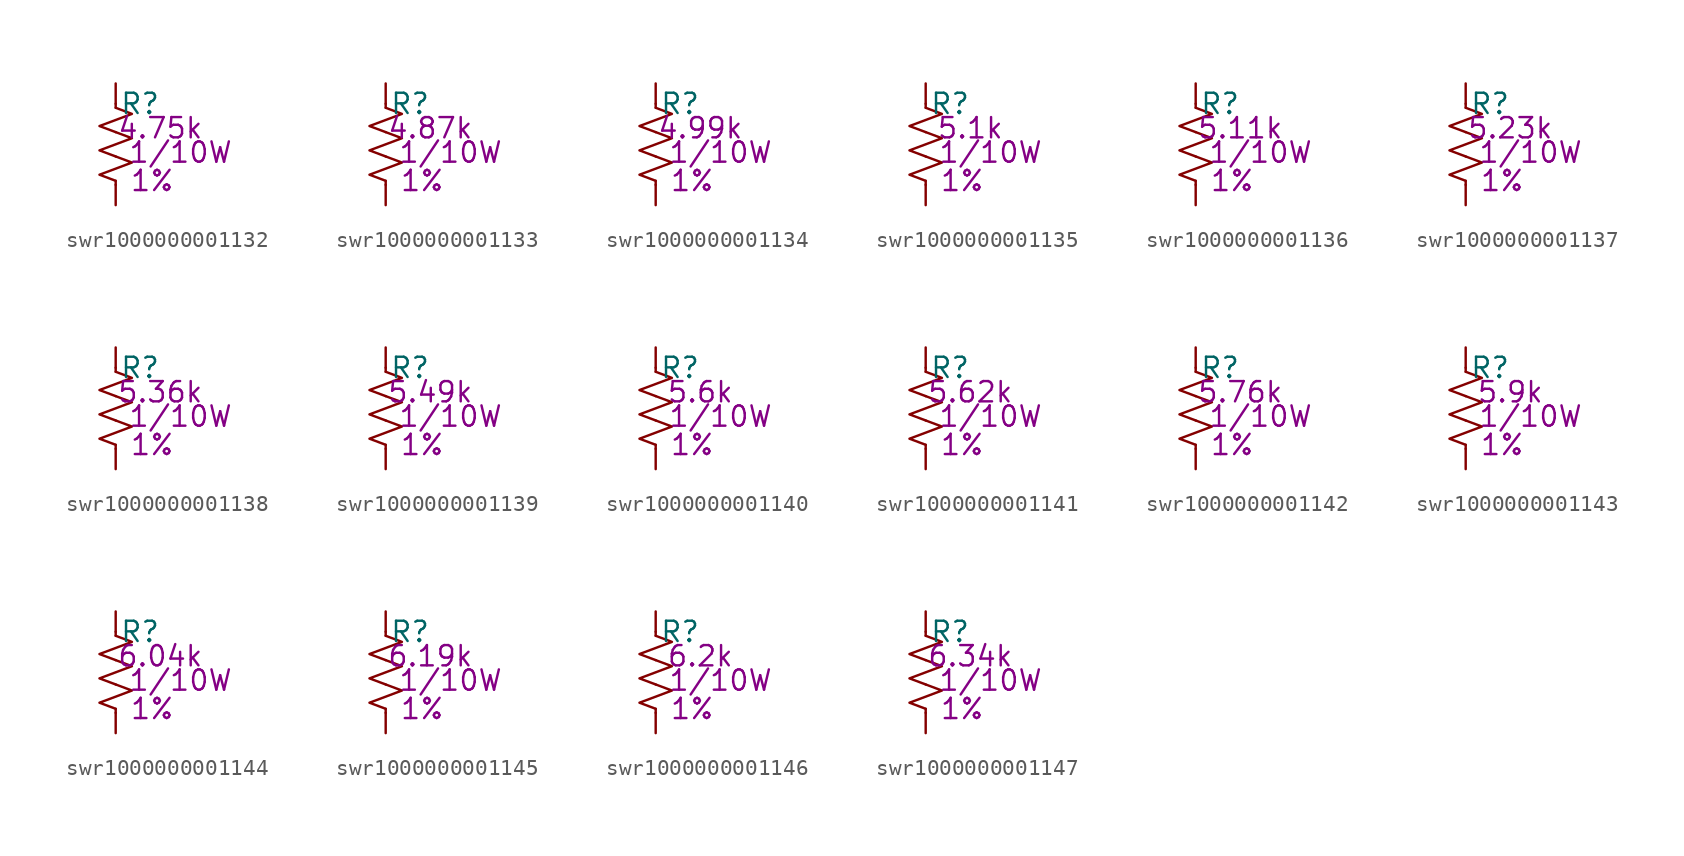
<source format=kicad_sym>
(kicad_symbol_lib
  (version 20211014)
  (generator kicad_symbol_editor)
  (symbol "swr1000000001132"
    (pin_numbers hide)
    (pin_names
      (offset 1.016))
    (property "Reference" "R"
      (at 1.524 2.54 0)
      (effects (font (size 1.27 1.27))))
    (property "Tolerance" "1%"
      (at 2.286 -2.286 0)
      (effects (font (size 1.27 1.27))))
    (property "Wattage" "1/10W"
      (at 4.064 -0.508 0)
      (effects (font (size 1.27 1.27))))
    (property "PartValue" "4.75k"
      (at 2.794 1.016 0)
      (effects (font (size 1.27 1.27))))
    (symbol "swr1000000001132_1_1"
      (polyline (pts (xy 0 -2.286) (xy 0 -2.54)) (stroke (width 0) (type default) (color 0 0 0 0)) (fill (type none)))
      (polyline (pts (xy 0 2.286) (xy 0 2.54)) (stroke (width 0) (type default) (color 0 0 0 0)) (fill (type none)))
      (polyline (pts (xy 0 -0.762) (xy 1.016 -1.143) (xy 0 -1.524) (xy -1.016 -1.905) (xy 0 -2.286)) (stroke (width 0) (type default) (color 0 0 0 0)) (fill (type none)))
      (polyline (pts (xy 0 0.762) (xy 1.016 0.381) (xy 0 0) (xy -1.016 -0.381) (xy 0 -0.762)) (stroke (width 0) (type default) (color 0 0 0 0)) (fill (type none)))
      (polyline (pts (xy 0 2.286) (xy 1.016 1.905) (xy 0 1.524) (xy -1.016 1.143) (xy 0 0.762)) (stroke (width 0) (type default) (color 0 0 0 0)) (fill (type none)))
      (pin passive line (at 0 3.81 270) (length 1.27) (name "~" (effects (font (size 1.27 1.27)))) (number "1" (effects (font (size 1.27 1.27)))))
      (pin passive line (at 0 -3.81 90) (length 1.27) (name "~" (effects (font (size 1.27 1.27)))) (number "2" (effects (font (size 1.27 1.27)))))))
  (symbol "swr1000000001133"
    (pin_numbers hide)
    (pin_names
      (offset 1.016))
    (property "Reference" "R"
      (at 1.524 2.54 0)
      (effects (font (size 1.27 1.27))))
    (property "Tolerance" "1%"
      (at 2.286 -2.286 0)
      (effects (font (size 1.27 1.27))))
    (property "Wattage" "1/10W"
      (at 4.064 -0.508 0)
      (effects (font (size 1.27 1.27))))
    (property "PartValue" "4.87k"
      (at 2.794 1.016 0)
      (effects (font (size 1.27 1.27))))
    (symbol "swr1000000001133_1_1"
      (polyline (pts (xy 0 -2.286) (xy 0 -2.54)) (stroke (width 0) (type default) (color 0 0 0 0)) (fill (type none)))
      (polyline (pts (xy 0 2.286) (xy 0 2.54)) (stroke (width 0) (type default) (color 0 0 0 0)) (fill (type none)))
      (polyline (pts (xy 0 -0.762) (xy 1.016 -1.143) (xy 0 -1.524) (xy -1.016 -1.905) (xy 0 -2.286)) (stroke (width 0) (type default) (color 0 0 0 0)) (fill (type none)))
      (polyline (pts (xy 0 0.762) (xy 1.016 0.381) (xy 0 0) (xy -1.016 -0.381) (xy 0 -0.762)) (stroke (width 0) (type default) (color 0 0 0 0)) (fill (type none)))
      (polyline (pts (xy 0 2.286) (xy 1.016 1.905) (xy 0 1.524) (xy -1.016 1.143) (xy 0 0.762)) (stroke (width 0) (type default) (color 0 0 0 0)) (fill (type none)))
      (pin passive line (at 0 3.81 270) (length 1.27) (name "~" (effects (font (size 1.27 1.27)))) (number "1" (effects (font (size 1.27 1.27)))))
      (pin passive line (at 0 -3.81 90) (length 1.27) (name "~" (effects (font (size 1.27 1.27)))) (number "2" (effects (font (size 1.27 1.27)))))))
  (symbol "swr1000000001134"
    (pin_numbers hide)
    (pin_names
      (offset 1.016))
    (property "Reference" "R"
      (at 1.524 2.54 0)
      (effects (font (size 1.27 1.27))))
    (property "Tolerance" "1%"
      (at 2.286 -2.286 0)
      (effects (font (size 1.27 1.27))))
    (property "Wattage" "1/10W"
      (at 4.064 -0.508 0)
      (effects (font (size 1.27 1.27))))
    (property "PartValue" "4.99k"
      (at 2.794 1.016 0)
      (effects (font (size 1.27 1.27))))
    (symbol "swr1000000001134_1_1"
      (polyline (pts (xy 0 -2.286) (xy 0 -2.54)) (stroke (width 0) (type default) (color 0 0 0 0)) (fill (type none)))
      (polyline (pts (xy 0 2.286) (xy 0 2.54)) (stroke (width 0) (type default) (color 0 0 0 0)) (fill (type none)))
      (polyline (pts (xy 0 -0.762) (xy 1.016 -1.143) (xy 0 -1.524) (xy -1.016 -1.905) (xy 0 -2.286)) (stroke (width 0) (type default) (color 0 0 0 0)) (fill (type none)))
      (polyline (pts (xy 0 0.762) (xy 1.016 0.381) (xy 0 0) (xy -1.016 -0.381) (xy 0 -0.762)) (stroke (width 0) (type default) (color 0 0 0 0)) (fill (type none)))
      (polyline (pts (xy 0 2.286) (xy 1.016 1.905) (xy 0 1.524) (xy -1.016 1.143) (xy 0 0.762)) (stroke (width 0) (type default) (color 0 0 0 0)) (fill (type none)))
      (pin passive line (at 0 3.81 270) (length 1.27) (name "~" (effects (font (size 1.27 1.27)))) (number "1" (effects (font (size 1.27 1.27)))))
      (pin passive line (at 0 -3.81 90) (length 1.27) (name "~" (effects (font (size 1.27 1.27)))) (number "2" (effects (font (size 1.27 1.27)))))))
  (symbol "swr1000000001135"
    (pin_numbers hide)
    (pin_names
      (offset 1.016))
    (property "Reference" "R"
      (at 1.524 2.54 0)
      (effects (font (size 1.27 1.27))))
    (property "Tolerance" "1%"
      (at 2.286 -2.286 0)
      (effects (font (size 1.27 1.27))))
    (property "Wattage" "1/10W"
      (at 4.064 -0.508 0)
      (effects (font (size 1.27 1.27))))
    (property "PartValue" "5.1k"
      (at 2.794 1.016 0)
      (effects (font (size 1.27 1.27))))
    (symbol "swr1000000001135_1_1"
      (polyline (pts (xy 0 -2.286) (xy 0 -2.54)) (stroke (width 0) (type default) (color 0 0 0 0)) (fill (type none)))
      (polyline (pts (xy 0 2.286) (xy 0 2.54)) (stroke (width 0) (type default) (color 0 0 0 0)) (fill (type none)))
      (polyline (pts (xy 0 -0.762) (xy 1.016 -1.143) (xy 0 -1.524) (xy -1.016 -1.905) (xy 0 -2.286)) (stroke (width 0) (type default) (color 0 0 0 0)) (fill (type none)))
      (polyline (pts (xy 0 0.762) (xy 1.016 0.381) (xy 0 0) (xy -1.016 -0.381) (xy 0 -0.762)) (stroke (width 0) (type default) (color 0 0 0 0)) (fill (type none)))
      (polyline (pts (xy 0 2.286) (xy 1.016 1.905) (xy 0 1.524) (xy -1.016 1.143) (xy 0 0.762)) (stroke (width 0) (type default) (color 0 0 0 0)) (fill (type none)))
      (pin passive line (at 0 3.81 270) (length 1.27) (name "~" (effects (font (size 1.27 1.27)))) (number "1" (effects (font (size 1.27 1.27)))))
      (pin passive line (at 0 -3.81 90) (length 1.27) (name "~" (effects (font (size 1.27 1.27)))) (number "2" (effects (font (size 1.27 1.27)))))))
  (symbol "swr1000000001136"
    (pin_numbers hide)
    (pin_names
      (offset 1.016))
    (property "Reference" "R"
      (at 1.524 2.54 0)
      (effects (font (size 1.27 1.27))))
    (property "Tolerance" "1%"
      (at 2.286 -2.286 0)
      (effects (font (size 1.27 1.27))))
    (property "Wattage" "1/10W"
      (at 4.064 -0.508 0)
      (effects (font (size 1.27 1.27))))
    (property "PartValue" "5.11k"
      (at 2.794 1.016 0)
      (effects (font (size 1.27 1.27))))
    (symbol "swr1000000001136_1_1"
      (polyline (pts (xy 0 -2.286) (xy 0 -2.54)) (stroke (width 0) (type default) (color 0 0 0 0)) (fill (type none)))
      (polyline (pts (xy 0 2.286) (xy 0 2.54)) (stroke (width 0) (type default) (color 0 0 0 0)) (fill (type none)))
      (polyline (pts (xy 0 -0.762) (xy 1.016 -1.143) (xy 0 -1.524) (xy -1.016 -1.905) (xy 0 -2.286)) (stroke (width 0) (type default) (color 0 0 0 0)) (fill (type none)))
      (polyline (pts (xy 0 0.762) (xy 1.016 0.381) (xy 0 0) (xy -1.016 -0.381) (xy 0 -0.762)) (stroke (width 0) (type default) (color 0 0 0 0)) (fill (type none)))
      (polyline (pts (xy 0 2.286) (xy 1.016 1.905) (xy 0 1.524) (xy -1.016 1.143) (xy 0 0.762)) (stroke (width 0) (type default) (color 0 0 0 0)) (fill (type none)))
      (pin passive line (at 0 3.81 270) (length 1.27) (name "~" (effects (font (size 1.27 1.27)))) (number "1" (effects (font (size 1.27 1.27)))))
      (pin passive line (at 0 -3.81 90) (length 1.27) (name "~" (effects (font (size 1.27 1.27)))) (number "2" (effects (font (size 1.27 1.27)))))))
  (symbol "swr1000000001137"
    (pin_numbers hide)
    (pin_names
      (offset 1.016))
    (property "Reference" "R"
      (at 1.524 2.54 0)
      (effects (font (size 1.27 1.27))))
    (property "Tolerance" "1%"
      (at 2.286 -2.286 0)
      (effects (font (size 1.27 1.27))))
    (property "Wattage" "1/10W"
      (at 4.064 -0.508 0)
      (effects (font (size 1.27 1.27))))
    (property "PartValue" "5.23k"
      (at 2.794 1.016 0)
      (effects (font (size 1.27 1.27))))
    (symbol "swr1000000001137_1_1"
      (polyline (pts (xy 0 -2.286) (xy 0 -2.54)) (stroke (width 0) (type default) (color 0 0 0 0)) (fill (type none)))
      (polyline (pts (xy 0 2.286) (xy 0 2.54)) (stroke (width 0) (type default) (color 0 0 0 0)) (fill (type none)))
      (polyline (pts (xy 0 -0.762) (xy 1.016 -1.143) (xy 0 -1.524) (xy -1.016 -1.905) (xy 0 -2.286)) (stroke (width 0) (type default) (color 0 0 0 0)) (fill (type none)))
      (polyline (pts (xy 0 0.762) (xy 1.016 0.381) (xy 0 0) (xy -1.016 -0.381) (xy 0 -0.762)) (stroke (width 0) (type default) (color 0 0 0 0)) (fill (type none)))
      (polyline (pts (xy 0 2.286) (xy 1.016 1.905) (xy 0 1.524) (xy -1.016 1.143) (xy 0 0.762)) (stroke (width 0) (type default) (color 0 0 0 0)) (fill (type none)))
      (pin passive line (at 0 3.81 270) (length 1.27) (name "~" (effects (font (size 1.27 1.27)))) (number "1" (effects (font (size 1.27 1.27)))))
      (pin passive line (at 0 -3.81 90) (length 1.27) (name "~" (effects (font (size 1.27 1.27)))) (number "2" (effects (font (size 1.27 1.27)))))))
  (symbol "swr1000000001138"
    (pin_numbers hide)
    (pin_names
      (offset 1.016))
    (property "Reference" "R"
      (at 1.524 2.54 0)
      (effects (font (size 1.27 1.27))))
    (property "Tolerance" "1%"
      (at 2.286 -2.286 0)
      (effects (font (size 1.27 1.27))))
    (property "Wattage" "1/10W"
      (at 4.064 -0.508 0)
      (effects (font (size 1.27 1.27))))
    (property "PartValue" "5.36k"
      (at 2.794 1.016 0)
      (effects (font (size 1.27 1.27))))
    (symbol "swr1000000001138_1_1"
      (polyline (pts (xy 0 -2.286) (xy 0 -2.54)) (stroke (width 0) (type default) (color 0 0 0 0)) (fill (type none)))
      (polyline (pts (xy 0 2.286) (xy 0 2.54)) (stroke (width 0) (type default) (color 0 0 0 0)) (fill (type none)))
      (polyline (pts (xy 0 -0.762) (xy 1.016 -1.143) (xy 0 -1.524) (xy -1.016 -1.905) (xy 0 -2.286)) (stroke (width 0) (type default) (color 0 0 0 0)) (fill (type none)))
      (polyline (pts (xy 0 0.762) (xy 1.016 0.381) (xy 0 0) (xy -1.016 -0.381) (xy 0 -0.762)) (stroke (width 0) (type default) (color 0 0 0 0)) (fill (type none)))
      (polyline (pts (xy 0 2.286) (xy 1.016 1.905) (xy 0 1.524) (xy -1.016 1.143) (xy 0 0.762)) (stroke (width 0) (type default) (color 0 0 0 0)) (fill (type none)))
      (pin passive line (at 0 3.81 270) (length 1.27) (name "~" (effects (font (size 1.27 1.27)))) (number "1" (effects (font (size 1.27 1.27)))))
      (pin passive line (at 0 -3.81 90) (length 1.27) (name "~" (effects (font (size 1.27 1.27)))) (number "2" (effects (font (size 1.27 1.27)))))))
  (symbol "swr1000000001139"
    (pin_numbers hide)
    (pin_names
      (offset 1.016))
    (property "Reference" "R"
      (at 1.524 2.54 0)
      (effects (font (size 1.27 1.27))))
    (property "Tolerance" "1%"
      (at 2.286 -2.286 0)
      (effects (font (size 1.27 1.27))))
    (property "Wattage" "1/10W"
      (at 4.064 -0.508 0)
      (effects (font (size 1.27 1.27))))
    (property "PartValue" "5.49k"
      (at 2.794 1.016 0)
      (effects (font (size 1.27 1.27))))
    (symbol "swr1000000001139_1_1"
      (polyline (pts (xy 0 -2.286) (xy 0 -2.54)) (stroke (width 0) (type default) (color 0 0 0 0)) (fill (type none)))
      (polyline (pts (xy 0 2.286) (xy 0 2.54)) (stroke (width 0) (type default) (color 0 0 0 0)) (fill (type none)))
      (polyline (pts (xy 0 -0.762) (xy 1.016 -1.143) (xy 0 -1.524) (xy -1.016 -1.905) (xy 0 -2.286)) (stroke (width 0) (type default) (color 0 0 0 0)) (fill (type none)))
      (polyline (pts (xy 0 0.762) (xy 1.016 0.381) (xy 0 0) (xy -1.016 -0.381) (xy 0 -0.762)) (stroke (width 0) (type default) (color 0 0 0 0)) (fill (type none)))
      (polyline (pts (xy 0 2.286) (xy 1.016 1.905) (xy 0 1.524) (xy -1.016 1.143) (xy 0 0.762)) (stroke (width 0) (type default) (color 0 0 0 0)) (fill (type none)))
      (pin passive line (at 0 3.81 270) (length 1.27) (name "~" (effects (font (size 1.27 1.27)))) (number "1" (effects (font (size 1.27 1.27)))))
      (pin passive line (at 0 -3.81 90) (length 1.27) (name "~" (effects (font (size 1.27 1.27)))) (number "2" (effects (font (size 1.27 1.27)))))))
  (symbol "swr1000000001140"
    (pin_numbers hide)
    (pin_names
      (offset 1.016))
    (property "Reference" "R"
      (at 1.524 2.54 0)
      (effects (font (size 1.27 1.27))))
    (property "Tolerance" "1%"
      (at 2.286 -2.286 0)
      (effects (font (size 1.27 1.27))))
    (property "Wattage" "1/10W"
      (at 4.064 -0.508 0)
      (effects (font (size 1.27 1.27))))
    (property "PartValue" "5.6k"
      (at 2.794 1.016 0)
      (effects (font (size 1.27 1.27))))
    (symbol "swr1000000001140_1_1"
      (polyline (pts (xy 0 -2.286) (xy 0 -2.54)) (stroke (width 0) (type default) (color 0 0 0 0)) (fill (type none)))
      (polyline (pts (xy 0 2.286) (xy 0 2.54)) (stroke (width 0) (type default) (color 0 0 0 0)) (fill (type none)))
      (polyline (pts (xy 0 -0.762) (xy 1.016 -1.143) (xy 0 -1.524) (xy -1.016 -1.905) (xy 0 -2.286)) (stroke (width 0) (type default) (color 0 0 0 0)) (fill (type none)))
      (polyline (pts (xy 0 0.762) (xy 1.016 0.381) (xy 0 0) (xy -1.016 -0.381) (xy 0 -0.762)) (stroke (width 0) (type default) (color 0 0 0 0)) (fill (type none)))
      (polyline (pts (xy 0 2.286) (xy 1.016 1.905) (xy 0 1.524) (xy -1.016 1.143) (xy 0 0.762)) (stroke (width 0) (type default) (color 0 0 0 0)) (fill (type none)))
      (pin passive line (at 0 3.81 270) (length 1.27) (name "~" (effects (font (size 1.27 1.27)))) (number "1" (effects (font (size 1.27 1.27)))))
      (pin passive line (at 0 -3.81 90) (length 1.27) (name "~" (effects (font (size 1.27 1.27)))) (number "2" (effects (font (size 1.27 1.27)))))))
  (symbol "swr1000000001141"
    (pin_numbers hide)
    (pin_names
      (offset 1.016))
    (property "Reference" "R"
      (at 1.524 2.54 0)
      (effects (font (size 1.27 1.27))))
    (property "Tolerance" "1%"
      (at 2.286 -2.286 0)
      (effects (font (size 1.27 1.27))))
    (property "Wattage" "1/10W"
      (at 4.064 -0.508 0)
      (effects (font (size 1.27 1.27))))
    (property "PartValue" "5.62k"
      (at 2.794 1.016 0)
      (effects (font (size 1.27 1.27))))
    (symbol "swr1000000001141_1_1"
      (polyline (pts (xy 0 -2.286) (xy 0 -2.54)) (stroke (width 0) (type default) (color 0 0 0 0)) (fill (type none)))
      (polyline (pts (xy 0 2.286) (xy 0 2.54)) (stroke (width 0) (type default) (color 0 0 0 0)) (fill (type none)))
      (polyline (pts (xy 0 -0.762) (xy 1.016 -1.143) (xy 0 -1.524) (xy -1.016 -1.905) (xy 0 -2.286)) (stroke (width 0) (type default) (color 0 0 0 0)) (fill (type none)))
      (polyline (pts (xy 0 0.762) (xy 1.016 0.381) (xy 0 0) (xy -1.016 -0.381) (xy 0 -0.762)) (stroke (width 0) (type default) (color 0 0 0 0)) (fill (type none)))
      (polyline (pts (xy 0 2.286) (xy 1.016 1.905) (xy 0 1.524) (xy -1.016 1.143) (xy 0 0.762)) (stroke (width 0) (type default) (color 0 0 0 0)) (fill (type none)))
      (pin passive line (at 0 3.81 270) (length 1.27) (name "~" (effects (font (size 1.27 1.27)))) (number "1" (effects (font (size 1.27 1.27)))))
      (pin passive line (at 0 -3.81 90) (length 1.27) (name "~" (effects (font (size 1.27 1.27)))) (number "2" (effects (font (size 1.27 1.27)))))))
  (symbol "swr1000000001142"
    (pin_numbers hide)
    (pin_names
      (offset 1.016))
    (property "Reference" "R"
      (at 1.524 2.54 0)
      (effects (font (size 1.27 1.27))))
    (property "Tolerance" "1%"
      (at 2.286 -2.286 0)
      (effects (font (size 1.27 1.27))))
    (property "Wattage" "1/10W"
      (at 4.064 -0.508 0)
      (effects (font (size 1.27 1.27))))
    (property "PartValue" "5.76k"
      (at 2.794 1.016 0)
      (effects (font (size 1.27 1.27))))
    (symbol "swr1000000001142_1_1"
      (polyline (pts (xy 0 -2.286) (xy 0 -2.54)) (stroke (width 0) (type default) (color 0 0 0 0)) (fill (type none)))
      (polyline (pts (xy 0 2.286) (xy 0 2.54)) (stroke (width 0) (type default) (color 0 0 0 0)) (fill (type none)))
      (polyline (pts (xy 0 -0.762) (xy 1.016 -1.143) (xy 0 -1.524) (xy -1.016 -1.905) (xy 0 -2.286)) (stroke (width 0) (type default) (color 0 0 0 0)) (fill (type none)))
      (polyline (pts (xy 0 0.762) (xy 1.016 0.381) (xy 0 0) (xy -1.016 -0.381) (xy 0 -0.762)) (stroke (width 0) (type default) (color 0 0 0 0)) (fill (type none)))
      (polyline (pts (xy 0 2.286) (xy 1.016 1.905) (xy 0 1.524) (xy -1.016 1.143) (xy 0 0.762)) (stroke (width 0) (type default) (color 0 0 0 0)) (fill (type none)))
      (pin passive line (at 0 3.81 270) (length 1.27) (name "~" (effects (font (size 1.27 1.27)))) (number "1" (effects (font (size 1.27 1.27)))))
      (pin passive line (at 0 -3.81 90) (length 1.27) (name "~" (effects (font (size 1.27 1.27)))) (number "2" (effects (font (size 1.27 1.27)))))))
  (symbol "swr1000000001143"
    (pin_numbers hide)
    (pin_names
      (offset 1.016))
    (property "Reference" "R"
      (at 1.524 2.54 0)
      (effects (font (size 1.27 1.27))))
    (property "Tolerance" "1%"
      (at 2.286 -2.286 0)
      (effects (font (size 1.27 1.27))))
    (property "Wattage" "1/10W"
      (at 4.064 -0.508 0)
      (effects (font (size 1.27 1.27))))
    (property "PartValue" "5.9k"
      (at 2.794 1.016 0)
      (effects (font (size 1.27 1.27))))
    (symbol "swr1000000001143_1_1"
      (polyline (pts (xy 0 -2.286) (xy 0 -2.54)) (stroke (width 0) (type default) (color 0 0 0 0)) (fill (type none)))
      (polyline (pts (xy 0 2.286) (xy 0 2.54)) (stroke (width 0) (type default) (color 0 0 0 0)) (fill (type none)))
      (polyline (pts (xy 0 -0.762) (xy 1.016 -1.143) (xy 0 -1.524) (xy -1.016 -1.905) (xy 0 -2.286)) (stroke (width 0) (type default) (color 0 0 0 0)) (fill (type none)))
      (polyline (pts (xy 0 0.762) (xy 1.016 0.381) (xy 0 0) (xy -1.016 -0.381) (xy 0 -0.762)) (stroke (width 0) (type default) (color 0 0 0 0)) (fill (type none)))
      (polyline (pts (xy 0 2.286) (xy 1.016 1.905) (xy 0 1.524) (xy -1.016 1.143) (xy 0 0.762)) (stroke (width 0) (type default) (color 0 0 0 0)) (fill (type none)))
      (pin passive line (at 0 3.81 270) (length 1.27) (name "~" (effects (font (size 1.27 1.27)))) (number "1" (effects (font (size 1.27 1.27)))))
      (pin passive line (at 0 -3.81 90) (length 1.27) (name "~" (effects (font (size 1.27 1.27)))) (number "2" (effects (font (size 1.27 1.27)))))))
  (symbol "swr1000000001144"
    (pin_numbers hide)
    (pin_names
      (offset 1.016))
    (property "Reference" "R"
      (at 1.524 2.54 0)
      (effects (font (size 1.27 1.27))))
    (property "Tolerance" "1%"
      (at 2.286 -2.286 0)
      (effects (font (size 1.27 1.27))))
    (property "Wattage" "1/10W"
      (at 4.064 -0.508 0)
      (effects (font (size 1.27 1.27))))
    (property "PartValue" "6.04k"
      (at 2.794 1.016 0)
      (effects (font (size 1.27 1.27))))
    (symbol "swr1000000001144_1_1"
      (polyline (pts (xy 0 -2.286) (xy 0 -2.54)) (stroke (width 0) (type default) (color 0 0 0 0)) (fill (type none)))
      (polyline (pts (xy 0 2.286) (xy 0 2.54)) (stroke (width 0) (type default) (color 0 0 0 0)) (fill (type none)))
      (polyline (pts (xy 0 -0.762) (xy 1.016 -1.143) (xy 0 -1.524) (xy -1.016 -1.905) (xy 0 -2.286)) (stroke (width 0) (type default) (color 0 0 0 0)) (fill (type none)))
      (polyline (pts (xy 0 0.762) (xy 1.016 0.381) (xy 0 0) (xy -1.016 -0.381) (xy 0 -0.762)) (stroke (width 0) (type default) (color 0 0 0 0)) (fill (type none)))
      (polyline (pts (xy 0 2.286) (xy 1.016 1.905) (xy 0 1.524) (xy -1.016 1.143) (xy 0 0.762)) (stroke (width 0) (type default) (color 0 0 0 0)) (fill (type none)))
      (pin passive line (at 0 3.81 270) (length 1.27) (name "~" (effects (font (size 1.27 1.27)))) (number "1" (effects (font (size 1.27 1.27)))))
      (pin passive line (at 0 -3.81 90) (length 1.27) (name "~" (effects (font (size 1.27 1.27)))) (number "2" (effects (font (size 1.27 1.27)))))))
  (symbol "swr1000000001145"
    (pin_numbers hide)
    (pin_names
      (offset 1.016))
    (property "Reference" "R"
      (at 1.524 2.54 0)
      (effects (font (size 1.27 1.27))))
    (property "Tolerance" "1%"
      (at 2.286 -2.286 0)
      (effects (font (size 1.27 1.27))))
    (property "Wattage" "1/10W"
      (at 4.064 -0.508 0)
      (effects (font (size 1.27 1.27))))
    (property "PartValue" "6.19k"
      (at 2.794 1.016 0)
      (effects (font (size 1.27 1.27))))
    (symbol "swr1000000001145_1_1"
      (polyline (pts (xy 0 -2.286) (xy 0 -2.54)) (stroke (width 0) (type default) (color 0 0 0 0)) (fill (type none)))
      (polyline (pts (xy 0 2.286) (xy 0 2.54)) (stroke (width 0) (type default) (color 0 0 0 0)) (fill (type none)))
      (polyline (pts (xy 0 -0.762) (xy 1.016 -1.143) (xy 0 -1.524) (xy -1.016 -1.905) (xy 0 -2.286)) (stroke (width 0) (type default) (color 0 0 0 0)) (fill (type none)))
      (polyline (pts (xy 0 0.762) (xy 1.016 0.381) (xy 0 0) (xy -1.016 -0.381) (xy 0 -0.762)) (stroke (width 0) (type default) (color 0 0 0 0)) (fill (type none)))
      (polyline (pts (xy 0 2.286) (xy 1.016 1.905) (xy 0 1.524) (xy -1.016 1.143) (xy 0 0.762)) (stroke (width 0) (type default) (color 0 0 0 0)) (fill (type none)))
      (pin passive line (at 0 3.81 270) (length 1.27) (name "~" (effects (font (size 1.27 1.27)))) (number "1" (effects (font (size 1.27 1.27)))))
      (pin passive line (at 0 -3.81 90) (length 1.27) (name "~" (effects (font (size 1.27 1.27)))) (number "2" (effects (font (size 1.27 1.27)))))))
  (symbol "swr1000000001146"
    (pin_numbers hide)
    (pin_names
      (offset 1.016))
    (property "Reference" "R"
      (at 1.524 2.54 0)
      (effects (font (size 1.27 1.27))))
    (property "Tolerance" "1%"
      (at 2.286 -2.286 0)
      (effects (font (size 1.27 1.27))))
    (property "Wattage" "1/10W"
      (at 4.064 -0.508 0)
      (effects (font (size 1.27 1.27))))
    (property "PartValue" "6.2k"
      (at 2.794 1.016 0)
      (effects (font (size 1.27 1.27))))
    (symbol "swr1000000001146_1_1"
      (polyline (pts (xy 0 -2.286) (xy 0 -2.54)) (stroke (width 0) (type default) (color 0 0 0 0)) (fill (type none)))
      (polyline (pts (xy 0 2.286) (xy 0 2.54)) (stroke (width 0) (type default) (color 0 0 0 0)) (fill (type none)))
      (polyline (pts (xy 0 -0.762) (xy 1.016 -1.143) (xy 0 -1.524) (xy -1.016 -1.905) (xy 0 -2.286)) (stroke (width 0) (type default) (color 0 0 0 0)) (fill (type none)))
      (polyline (pts (xy 0 0.762) (xy 1.016 0.381) (xy 0 0) (xy -1.016 -0.381) (xy 0 -0.762)) (stroke (width 0) (type default) (color 0 0 0 0)) (fill (type none)))
      (polyline (pts (xy 0 2.286) (xy 1.016 1.905) (xy 0 1.524) (xy -1.016 1.143) (xy 0 0.762)) (stroke (width 0) (type default) (color 0 0 0 0)) (fill (type none)))
      (pin passive line (at 0 3.81 270) (length 1.27) (name "~" (effects (font (size 1.27 1.27)))) (number "1" (effects (font (size 1.27 1.27)))))
      (pin passive line (at 0 -3.81 90) (length 1.27) (name "~" (effects (font (size 1.27 1.27)))) (number "2" (effects (font (size 1.27 1.27)))))))
  (symbol "swr1000000001147"
    (pin_numbers hide)
    (pin_names
      (offset 1.016))
    (property "Reference" "R"
      (at 1.524 2.54 0)
      (effects (font (size 1.27 1.27))))
    (property "Tolerance" "1%"
      (at 2.286 -2.286 0)
      (effects (font (size 1.27 1.27))))
    (property "Wattage" "1/10W"
      (at 4.064 -0.508 0)
      (effects (font (size 1.27 1.27))))
    (property "PartValue" "6.34k"
      (at 2.794 1.016 0)
      (effects (font (size 1.27 1.27))))
    (symbol "swr1000000001147_1_1"
      (polyline (pts (xy 0 -2.286) (xy 0 -2.54)) (stroke (width 0) (type default) (color 0 0 0 0)) (fill (type none)))
      (polyline (pts (xy 0 2.286) (xy 0 2.54)) (stroke (width 0) (type default) (color 0 0 0 0)) (fill (type none)))
      (polyline (pts (xy 0 -0.762) (xy 1.016 -1.143) (xy 0 -1.524) (xy -1.016 -1.905) (xy 0 -2.286)) (stroke (width 0) (type default) (color 0 0 0 0)) (fill (type none)))
      (polyline (pts (xy 0 0.762) (xy 1.016 0.381) (xy 0 0) (xy -1.016 -0.381) (xy 0 -0.762)) (stroke (width 0) (type default) (color 0 0 0 0)) (fill (type none)))
      (polyline (pts (xy 0 2.286) (xy 1.016 1.905) (xy 0 1.524) (xy -1.016 1.143) (xy 0 0.762)) (stroke (width 0) (type default) (color 0 0 0 0)) (fill (type none)))
      (pin passive line (at 0 3.81 270) (length 1.27) (name "~" (effects (font (size 1.27 1.27)))) (number "1" (effects (font (size 1.27 1.27)))))
      (pin passive line (at 0 -3.81 90) (length 1.27) (name "~" (effects (font (size 1.27 1.27)))) (number "2" (effects (font (size 1.27 1.27))))))))
</source>
